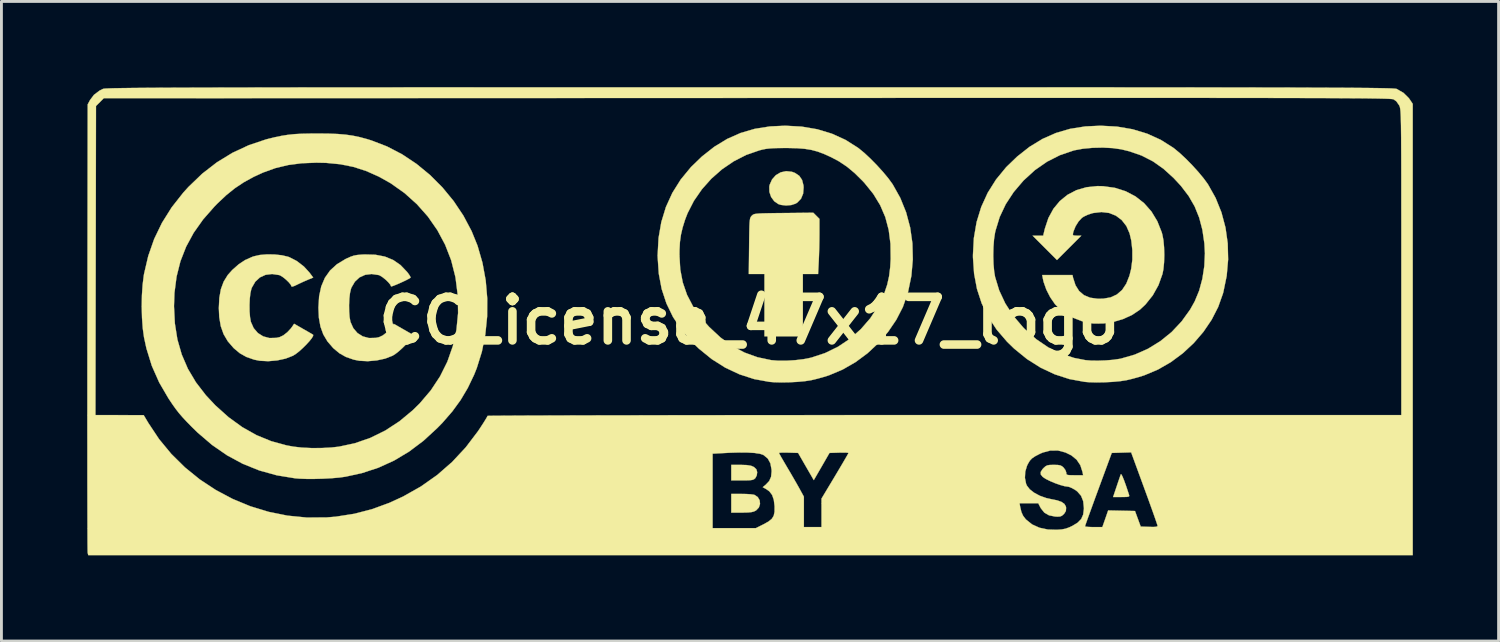
<source format=kicad_pcb>
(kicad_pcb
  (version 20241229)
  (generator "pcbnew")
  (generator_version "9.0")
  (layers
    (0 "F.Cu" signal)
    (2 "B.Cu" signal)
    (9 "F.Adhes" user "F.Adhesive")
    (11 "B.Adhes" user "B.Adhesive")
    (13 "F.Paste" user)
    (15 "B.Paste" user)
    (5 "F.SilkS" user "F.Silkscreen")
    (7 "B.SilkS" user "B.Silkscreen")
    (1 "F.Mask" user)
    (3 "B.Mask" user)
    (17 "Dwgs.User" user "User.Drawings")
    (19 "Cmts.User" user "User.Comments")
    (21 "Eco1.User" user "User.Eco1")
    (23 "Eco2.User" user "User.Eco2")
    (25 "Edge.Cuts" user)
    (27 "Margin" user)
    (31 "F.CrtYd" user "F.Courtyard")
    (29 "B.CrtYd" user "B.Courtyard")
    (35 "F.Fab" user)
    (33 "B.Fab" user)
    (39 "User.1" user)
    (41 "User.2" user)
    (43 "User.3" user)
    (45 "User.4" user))
  (footprint "CCLicense_47x17_logo"
    (layer "F.Cu")
    (at 23.15 8.169)
    (property "Reference" "CCLicense_47x17_logo" (at 0 0 0) (layer "F.SilkS") (effects (font (size 1.524 1.524) (thickness 0.3))))
    (attr through_hole)
    (fp_poly (pts (xy -0.075 5.051) (xy 0.074 5.075) (xy 0.178 5.121) (xy 0.253 5.191) (xy 0.263 5.205) (xy 0.289 5.298) (xy 0.276 5.41) (xy 0.226 5.506) (xy 0.218 5.515) (xy 0.176 5.549) (xy 0.12 5.57) (xy 0.035 5.582) (xy -0.095 5.587) (xy -0.236 5.588) (xy -0.617 5.588) (xy -0.617 5.044) (xy -0.28 5.044) (xy -0.075 5.051)) (stroke (width 0.01) (type solid)) (fill yes) (layer "F.SilkS"))
    (fp_poly (pts (xy 13.032 5.38) (xy 13.07 5.452) (xy 13.122 5.58) (xy 13.187 5.758) (xy 13.261 5.979) (xy 13.301 6.103) (xy 13.305 6.136) (xy 13.282 6.155) (xy 13.219 6.165) (xy 13.102 6.168) (xy 13.031 6.169) (xy 12.741 6.169) (xy 12.866 5.797) (xy 12.919 5.639) (xy 12.965 5.503) (xy 12.999 5.407) (xy 13.013 5.37) (xy 13.032 5.38)) (stroke (width 0.01) (type solid)) (fill yes) (layer "F.SilkS"))
    (fp_poly (pts (xy -0.092 6.063) (xy 0.055 6.072) (xy 0.161 6.086) (xy 0.195 6.094) (xy 0.31 6.171) (xy 0.375 6.283) (xy 0.389 6.41) (xy 0.349 6.534) (xy 0.255 6.634) (xy 0.243 6.642) (xy 0.174 6.676) (xy 0.089 6.697) (xy -0.028 6.709) (xy -0.197 6.713) (xy -0.245 6.713) (xy -0.617 6.713) (xy -0.617 6.06) (xy -0.256 6.06) (xy -0.092 6.063)) (stroke (width 0.01) (type solid)) (fill yes) (layer "F.SilkS"))
    (fp_poly (pts (xy 1.502 -5.21) (xy 1.613 -5.169) (xy 1.763 -5.067) (xy 1.86 -4.923) (xy 1.909 -4.731) (xy 1.914 -4.664) (xy 1.897 -4.446) (xy 1.823 -4.267) (xy 1.693 -4.132) (xy 1.633 -4.095) (xy 1.483 -4.046) (xy 1.302 -4.03) (xy 1.124 -4.05) (xy 1.031 -4.079) (xy 0.885 -4.18) (xy 0.777 -4.328) (xy 0.717 -4.504) (xy 0.713 -4.69) (xy 0.725 -4.752) (xy 0.811 -4.944) (xy 0.944 -5.092) (xy 1.112 -5.19) (xy 1.303 -5.231) (xy 1.502 -5.21)) (stroke (width 0.01) (type solid)) (fill yes) (layer "F.SilkS"))
    (fp_poly (pts (xy 2.36 -3.669) (xy 2.467 -3.562) (xy 2.467 -3.06) (xy 2.465 -2.819) (xy 2.46 -2.55) (xy 2.452 -2.287) (xy 2.444 -2.095) (xy 2.42 -1.633) (xy 1.887 -1.633) (xy 1.887 0.544) (xy 0.544 0.544) (xy 0.544 -1.633) (xy -0.004 -1.633) (xy 0.007 -2.612) (xy 0.01 -2.903) (xy 0.014 -3.132) (xy 0.018 -3.305) (xy 0.024 -3.431) (xy 0.033 -3.52) (xy 0.044 -3.581) (xy 0.06 -3.621) (xy 0.08 -3.651) (xy 0.101 -3.673) (xy 0.127 -3.697) (xy 0.156 -3.716) (xy 0.198 -3.731) (xy 0.26 -3.741) (xy 0.351 -3.749) (xy 0.48 -3.755) (xy 0.655 -3.759) (xy 0.885 -3.763) (xy 1.177 -3.766) (xy 1.218 -3.766) (xy 2.252 -3.777) (xy 2.36 -3.669)) (stroke (width 0.01) (type solid)) (fill yes) (layer "F.SilkS"))
    (fp_poly (pts (xy 12.392 -4.705) (xy 12.803 -4.648) (xy 13.183 -4.527) (xy 13.525 -4.347) (xy 13.826 -4.11) (xy 14.082 -3.82) (xy 14.288 -3.48) (xy 14.441 -3.095) (xy 14.464 -3.012) (xy 14.502 -2.814) (xy 14.524 -2.57) (xy 14.532 -2.304) (xy 14.524 -2.039) (xy 14.501 -1.801) (xy 14.468 -1.633) (xy 14.328 -1.243) (xy 14.128 -0.885) (xy 13.874 -0.568) (xy 13.68 -0.386) (xy 13.412 -0.205) (xy 13.097 -0.06) (xy 12.755 0.042) (xy 12.405 0.097) (xy 12.066 0.1) (xy 11.938 0.085) (xy 11.638 0.013) (xy 11.338 -0.104) (xy 11.064 -0.255) (xy 10.889 -0.386) (xy 10.708 -0.578) (xy 10.542 -0.819) (xy 10.405 -1.087) (xy 10.309 -1.359) (xy 10.286 -1.463) (xy 10.261 -1.597) (xy 11.32 -1.597) (xy 11.342 -1.497) (xy 11.426 -1.239) (xy 11.551 -1.039) (xy 11.721 -0.894) (xy 11.937 -0.804) (xy 12.202 -0.767) (xy 12.394 -0.77) (xy 12.654 -0.815) (xy 12.874 -0.917) (xy 13.057 -1.077) (xy 13.203 -1.296) (xy 13.314 -1.578) (xy 13.374 -1.817) (xy 13.414 -2.132) (xy 13.414 -2.47) (xy 13.378 -2.801) (xy 13.318 -3.054) (xy 13.204 -3.313) (xy 13.042 -3.521) (xy 12.839 -3.674) (xy 12.601 -3.769) (xy 12.334 -3.801) (xy 12.047 -3.767) (xy 12.009 -3.758) (xy 11.858 -3.708) (xy 11.719 -3.643) (xy 11.648 -3.596) (xy 11.532 -3.471) (xy 11.428 -3.304) (xy 11.355 -3.125) (xy 11.342 -3.075) (xy 11.333 -3.013) (xy 11.353 -2.984) (xy 11.421 -2.976) (xy 11.474 -2.975) (xy 11.629 -2.975) (xy 10.777 -2.123) (xy 9.925 -2.975) (xy 10.295 -2.975) (xy 10.354 -3.22) (xy 10.478 -3.593) (xy 10.654 -3.916) (xy 10.879 -4.188) (xy 11.149 -4.406) (xy 11.46 -4.568) (xy 11.81 -4.669) (xy 12.193 -4.709) (xy 12.392 -4.705)) (stroke (width 0.01) (type solid)) (fill yes) (layer "F.SilkS"))
    (fp_poly (pts (xy -16.597 -2.316) (xy -16.343 -2.289) (xy -16.124 -2.238) (xy -16.075 -2.22) (xy -15.812 -2.084) (xy -15.568 -1.895) (xy -15.378 -1.688) (xy -15.243 -1.509) (xy -15.432 -1.431) (xy -15.58 -1.367) (xy -15.741 -1.292) (xy -15.812 -1.257) (xy -15.912 -1.211) (xy -15.981 -1.191) (xy -16.002 -1.198) (xy -16.029 -1.26) (xy -16.1 -1.346) (xy -16.197 -1.439) (xy -16.301 -1.523) (xy -16.396 -1.582) (xy -16.432 -1.596) (xy -16.681 -1.633) (xy -16.908 -1.605) (xy -17.106 -1.515) (xy -17.268 -1.366) (xy -17.386 -1.163) (xy -17.406 -1.112) (xy -17.44 -0.965) (xy -17.462 -0.77) (xy -17.471 -0.549) (xy -17.469 -0.326) (xy -17.453 -0.124) (xy -17.425 0.034) (xy -17.423 0.042) (xy -17.325 0.261) (xy -17.178 0.432) (xy -16.992 0.549) (xy -16.775 0.607) (xy -16.536 0.601) (xy -16.42 0.576) (xy -16.289 0.514) (xy -16.148 0.404) (xy -16.018 0.264) (xy -15.965 0.19) (xy -15.911 0.108) (xy -15.585 0.295) (xy -15.448 0.373) (xy -15.337 0.437) (xy -15.265 0.48) (xy -15.245 0.493) (xy -15.247 0.536) (xy -15.294 0.614) (xy -15.376 0.717) (xy -15.483 0.834) (xy -15.604 0.954) (xy -15.728 1.067) (xy -15.847 1.16) (xy -15.948 1.224) (xy -15.949 1.225) (xy -16.208 1.326) (xy -16.505 1.39) (xy -16.815 1.417) (xy -17.113 1.402) (xy -17.308 1.363) (xy -17.581 1.268) (xy -17.809 1.14) (xy -18.016 0.967) (xy -18.031 0.952) (xy -18.231 0.72) (xy -18.378 0.47) (xy -18.476 0.193) (xy -18.53 -0.126) (xy -18.544 -0.44) (xy -18.527 -0.798) (xy -18.472 -1.104) (xy -18.375 -1.366) (xy -18.232 -1.598) (xy -18.075 -1.774) (xy -17.848 -1.974) (xy -17.624 -2.122) (xy -17.379 -2.231) (xy -17.319 -2.252) (xy -17.111 -2.299) (xy -16.862 -2.32) (xy -16.597 -2.316)) (stroke (width 0.01) (type solid)) (fill yes) (layer "F.SilkS"))
    (fp_poly (pts (xy -13.069 -2.307) (xy -12.737 -2.243) (xy -12.444 -2.123) (xy -12.187 -1.945) (xy -11.959 -1.706) (xy -11.922 -1.659) (xy -11.865 -1.576) (xy -11.836 -1.518) (xy -11.837 -1.504) (xy -11.885 -1.473) (xy -11.976 -1.425) (xy -12.094 -1.368) (xy -12.223 -1.309) (xy -12.345 -1.257) (xy -12.446 -1.217) (xy -12.507 -1.198) (xy -12.519 -1.199) (xy -12.546 -1.261) (xy -12.617 -1.346) (xy -12.713 -1.439) (xy -12.817 -1.522) (xy -12.912 -1.581) (xy -12.949 -1.596) (xy -13.198 -1.633) (xy -13.424 -1.605) (xy -13.623 -1.515) (xy -13.784 -1.366) (xy -13.903 -1.163) (xy -13.922 -1.112) (xy -13.956 -0.965) (xy -13.978 -0.77) (xy -13.988 -0.549) (xy -13.985 -0.326) (xy -13.97 -0.124) (xy -13.941 0.034) (xy -13.939 0.042) (xy -13.841 0.261) (xy -13.695 0.432) (xy -13.509 0.549) (xy -13.292 0.607) (xy -13.052 0.601) (xy -12.937 0.576) (xy -12.806 0.514) (xy -12.665 0.404) (xy -12.535 0.264) (xy -12.481 0.19) (xy -12.428 0.108) (xy -12.101 0.295) (xy -11.965 0.373) (xy -11.853 0.437) (xy -11.781 0.48) (xy -11.762 0.493) (xy -11.763 0.536) (xy -11.81 0.614) (xy -11.892 0.717) (xy -11.999 0.834) (xy -12.12 0.954) (xy -12.245 1.067) (xy -12.363 1.16) (xy -12.464 1.224) (xy -12.466 1.225) (xy -12.725 1.326) (xy -13.022 1.39) (xy -13.332 1.417) (xy -13.63 1.402) (xy -13.825 1.363) (xy -14.098 1.268) (xy -14.326 1.14) (xy -14.533 0.967) (xy -14.548 0.952) (xy -14.745 0.724) (xy -14.89 0.48) (xy -14.988 0.21) (xy -15.044 -0.101) (xy -15.06 -0.454) (xy -15.036 -0.852) (xy -14.961 -1.2) (xy -14.834 -1.5) (xy -14.652 -1.757) (xy -14.414 -1.974) (xy -14.118 -2.154) (xy -14.079 -2.173) (xy -13.941 -2.235) (xy -13.826 -2.275) (xy -13.708 -2.298) (xy -13.56 -2.311) (xy -13.447 -2.317) (xy -13.069 -2.307)) (stroke (width 0.01) (type solid)) (fill yes) (layer "F.SilkS"))
    (fp_poly (pts (xy 12.877 -6.79) (xy 13.423 -6.697) (xy 13.934 -6.542) (xy 14.408 -6.327) (xy 14.842 -6.053) (xy 14.877 -6.027) (xy 15.069 -5.868) (xy 15.284 -5.668) (xy 15.506 -5.442) (xy 15.718 -5.209) (xy 15.905 -4.984) (xy 16.051 -4.784) (xy 16.062 -4.768) (xy 16.327 -4.295) (xy 16.531 -3.79) (xy 16.673 -3.257) (xy 16.751 -2.706) (xy 16.765 -2.141) (xy 16.715 -1.57) (xy 16.598 -1.001) (xy 16.582 -0.943) (xy 16.417 -0.48) (xy 16.188 -0.033) (xy 15.9 0.391) (xy 15.562 0.784) (xy 15.179 1.14) (xy 14.761 1.45) (xy 14.312 1.708) (xy 13.841 1.907) (xy 13.797 1.922) (xy 13.611 1.979) (xy 13.41 2.034) (xy 13.231 2.077) (xy 13.205 2.083) (xy 12.992 2.116) (xy 12.731 2.14) (xy 12.446 2.155) (xy 12.163 2.16) (xy 11.905 2.153) (xy 11.746 2.14) (xy 11.216 2.043) (xy 10.7 1.876) (xy 10.202 1.642) (xy 9.728 1.342) (xy 9.281 0.979) (xy 9.034 0.739) (xy 8.67 0.316) (xy 8.374 -0.131) (xy 8.144 -0.605) (xy 7.979 -1.109) (xy 7.878 -1.645) (xy 7.838 -2.218) (xy 7.838 -2.275) (xy 8.548 -2.275) (xy 8.557 -1.982) (xy 8.581 -1.716) (xy 8.612 -1.533) (xy 8.756 -1.059) (xy 8.969 -0.604) (xy 9.247 -0.174) (xy 9.587 0.227) (xy 9.651 0.292) (xy 10.051 0.647) (xy 10.47 0.932) (xy 10.911 1.15) (xy 11.377 1.303) (xy 11.766 1.379) (xy 11.967 1.396) (xy 12.213 1.399) (xy 12.478 1.39) (xy 12.735 1.369) (xy 12.959 1.337) (xy 13.009 1.328) (xy 13.498 1.187) (xy 13.962 0.982) (xy 14.394 0.716) (xy 14.789 0.396) (xy 15.138 0.025) (xy 15.436 -0.389) (xy 15.598 -0.679) (xy 15.752 -1.051) (xy 15.864 -1.467) (xy 15.932 -1.908) (xy 15.953 -2.357) (xy 15.935 -2.698) (xy 15.865 -3.177) (xy 15.753 -3.605) (xy 15.595 -3.996) (xy 15.384 -4.362) (xy 15.113 -4.717) (xy 14.859 -4.991) (xy 14.501 -5.316) (xy 14.133 -5.575) (xy 13.741 -5.776) (xy 13.313 -5.925) (xy 13.027 -5.995) (xy 12.725 -6.038) (xy 12.384 -6.056) (xy 12.028 -6.048) (xy 11.685 -6.016) (xy 11.382 -5.96) (xy 11.357 -5.953) (xy 10.881 -5.791) (xy 10.429 -5.562) (xy 10.006 -5.268) (xy 9.614 -4.91) (xy 9.608 -4.905) (xy 9.262 -4.499) (xy 8.984 -4.074) (xy 8.773 -3.627) (xy 8.628 -3.153) (xy 8.612 -3.084) (xy 8.576 -2.85) (xy 8.555 -2.572) (xy 8.548 -2.275) (xy 7.838 -2.275) (xy 7.838 -2.3) (xy 7.87 -2.893) (xy 7.966 -3.452) (xy 8.128 -3.979) (xy 8.354 -4.474) (xy 8.646 -4.939) (xy 9.003 -5.374) (xy 9.385 -5.742) (xy 9.821 -6.085) (xy 10.271 -6.359) (xy 10.741 -6.567) (xy 11.237 -6.712) (xy 11.767 -6.796) (xy 12.301 -6.821) (xy 12.877 -6.79)) (stroke (width 0.01) (type solid)) (fill yes) (layer "F.SilkS"))
    (fp_poly (pts (xy 1.846 -6.79) (xy 2.392 -6.697) (xy 2.903 -6.542) (xy 3.377 -6.327) (xy 3.811 -6.053) (xy 3.846 -6.027) (xy 4.039 -5.868) (xy 4.253 -5.668) (xy 4.475 -5.442) (xy 4.687 -5.209) (xy 4.874 -4.984) (xy 5.02 -4.784) (xy 5.031 -4.768) (xy 5.296 -4.295) (xy 5.5 -3.79) (xy 5.642 -3.257) (xy 5.72 -2.706) (xy 5.734 -2.141) (xy 5.684 -1.57) (xy 5.567 -1.001) (xy 5.551 -0.943) (xy 5.387 -0.48) (xy 5.157 -0.033) (xy 4.869 0.391) (xy 4.531 0.784) (xy 4.149 1.14) (xy 3.73 1.45) (xy 3.281 1.708) (xy 2.81 1.907) (xy 2.766 1.922) (xy 2.581 1.979) (xy 2.379 2.034) (xy 2.201 2.077) (xy 2.174 2.083) (xy 1.961 2.116) (xy 1.7 2.14) (xy 1.416 2.155) (xy 1.132 2.16) (xy 0.875 2.153) (xy 0.716 2.14) (xy 0.185 2.043) (xy -0.331 1.876) (xy -0.829 1.642) (xy -1.303 1.342) (xy -1.75 0.979) (xy -1.997 0.739) (xy -2.36 0.316) (xy -2.656 -0.131) (xy -2.886 -0.605) (xy -3.052 -1.109) (xy -3.153 -1.645) (xy -3.192 -2.218) (xy -3.193 -2.286) (xy -2.43 -2.286) (xy -2.402 -1.794) (xy -2.314 -1.336) (xy -2.165 -0.905) (xy -1.951 -0.494) (xy -1.67 -0.098) (xy -1.391 0.218) (xy -0.998 0.585) (xy -0.588 0.883) (xy -0.158 1.113) (xy 0.296 1.278) (xy 0.779 1.38) (xy 0.779 1.38) (xy 1.026 1.4) (xy 1.316 1.4) (xy 1.623 1.381) (xy 1.92 1.345) (xy 2.18 1.293) (xy 2.183 1.292) (xy 2.664 1.133) (xy 3.118 0.911) (xy 3.537 0.631) (xy 3.915 0.297) (xy 4.245 -0.083) (xy 4.52 -0.506) (xy 4.607 -0.671) (xy 4.741 -0.972) (xy 4.838 -1.258) (xy 4.904 -1.554) (xy 4.944 -1.881) (xy 4.96 -2.159) (xy 4.953 -2.688) (xy 4.891 -3.173) (xy 4.772 -3.623) (xy 4.592 -4.042) (xy 4.35 -4.438) (xy 4.043 -4.818) (xy 3.981 -4.885) (xy 3.701 -5.162) (xy 3.431 -5.387) (xy 3.153 -5.573) (xy 2.885 -5.716) (xy 2.635 -5.83) (xy 2.409 -5.915) (xy 2.186 -5.975) (xy 1.95 -6.013) (xy 1.681 -6.034) (xy 1.362 -6.041) (xy 1.306 -6.041) (xy 1.06 -6.04) (xy 0.87 -6.035) (xy 0.719 -6.025) (xy 0.592 -6.01) (xy 0.472 -5.986) (xy 0.363 -5.958) (xy -0.093 -5.8) (xy -0.529 -5.577) (xy -0.939 -5.298) (xy -1.313 -4.969) (xy -1.644 -4.598) (xy -1.925 -4.192) (xy -2.146 -3.76) (xy -2.235 -3.529) (xy -2.32 -3.255) (xy -2.378 -3.005) (xy -2.413 -2.753) (xy -2.428 -2.471) (xy -2.43 -2.286) (xy -3.193 -2.286) (xy -3.193 -2.3) (xy -3.161 -2.893) (xy -3.064 -3.452) (xy -2.903 -3.979) (xy -2.677 -4.474) (xy -2.385 -4.939) (xy -2.027 -5.374) (xy -1.646 -5.742) (xy -1.21 -6.085) (xy -0.76 -6.359) (xy -0.29 -6.567) (xy 0.206 -6.712) (xy 0.736 -6.796) (xy 1.27 -6.821) (xy 1.846 -6.79)) (stroke (width 0.01) (type solid)) (fill yes) (layer "F.SilkS"))
    (fp_poly (pts (xy -14.705 -6.544) (xy -14.389 -6.532) (xy -14.113 -6.509) (xy -13.861 -6.473) (xy -13.616 -6.422) (xy -13.363 -6.354) (xy -13.208 -6.306) (xy -12.661 -6.096) (xy -12.133 -5.821) (xy -11.629 -5.486) (xy -11.157 -5.098) (xy -10.722 -4.662) (xy -10.33 -4.186) (xy -9.988 -3.674) (xy -9.701 -3.133) (xy -9.494 -2.624) (xy -9.322 -2.028) (xy -9.208 -1.409) (xy -9.154 -0.779) (xy -9.158 -0.146) (xy -9.221 0.478) (xy -9.341 1.082) (xy -9.52 1.657) (xy -9.615 1.894) (xy -9.835 2.353) (xy -10.085 2.774) (xy -10.377 3.175) (xy -10.722 3.572) (xy -10.903 3.757) (xy -11.389 4.204) (xy -11.891 4.581) (xy -12.413 4.893) (xy -12.962 5.143) (xy -13.543 5.333) (xy -14.115 5.458) (xy -14.331 5.488) (xy -14.597 5.511) (xy -14.891 5.527) (xy -15.192 5.535) (xy -15.479 5.535) (xy -15.73 5.526) (xy -15.875 5.514) (xy -16.516 5.409) (xy -17.124 5.241) (xy -17.702 5.009) (xy -18.253 4.712) (xy -18.781 4.347) (xy -19.287 3.914) (xy -19.493 3.713) (xy -19.675 3.527) (xy -19.818 3.373) (xy -19.937 3.235) (xy -20.046 3.095) (xy -20.16 2.936) (xy -20.291 2.741) (xy -20.308 2.715) (xy -20.631 2.161) (xy -20.888 1.581) (xy -21.077 0.972) (xy -21.162 0.581) (xy -21.206 0.263) (xy -21.232 -0.103) (xy -21.242 -0.493) (xy -21.242 -0.508) (xy -20.113 -0.508) (xy -20.083 0.094) (xy -19.994 0.656) (xy -19.842 1.184) (xy -19.627 1.683) (xy -19.345 2.157) (xy -18.996 2.61) (xy -18.666 2.962) (xy -18.202 3.378) (xy -17.724 3.724) (xy -17.229 4.003) (xy -16.713 4.215) (xy -16.172 4.363) (xy -15.929 4.407) (xy -15.638 4.44) (xy -15.303 4.456) (xy -14.952 4.455) (xy -14.612 4.437) (xy -14.342 4.407) (xy -13.781 4.287) (xy -13.239 4.098) (xy -12.719 3.842) (xy -12.225 3.519) (xy -11.76 3.133) (xy -11.514 2.891) (xy -11.128 2.437) (xy -10.806 1.95) (xy -10.549 1.433) (xy -10.358 0.889) (xy -10.232 0.321) (xy -10.174 -0.268) (xy -10.184 -0.875) (xy -10.263 -1.498) (xy -10.274 -1.553) (xy -10.417 -2.117) (xy -10.627 -2.657) (xy -10.899 -3.166) (xy -11.229 -3.641) (xy -11.615 -4.076) (xy -12.051 -4.467) (xy -12.534 -4.809) (xy -12.947 -5.04) (xy -13.389 -5.237) (xy -13.833 -5.38) (xy -14.295 -5.473) (xy -14.791 -5.521) (xy -15.131 -5.528) (xy -15.646 -5.508) (xy -16.117 -5.446) (xy -16.56 -5.34) (xy -16.994 -5.184) (xy -17.334 -5.028) (xy -17.671 -4.842) (xy -17.982 -4.635) (xy -18.283 -4.393) (xy -18.592 -4.102) (xy -18.691 -4.001) (xy -19.093 -3.544) (xy -19.425 -3.075) (xy -19.689 -2.588) (xy -19.888 -2.079) (xy -20.023 -1.542) (xy -20.097 -0.971) (xy -20.113 -0.508) (xy -21.242 -0.508) (xy -21.235 -0.886) (xy -21.21 -1.259) (xy -21.169 -1.588) (xy -21.161 -1.634) (xy -21.014 -2.263) (xy -20.806 -2.859) (xy -20.533 -3.424) (xy -20.195 -3.963) (xy -19.789 -4.479) (xy -19.604 -4.683) (xy -19.124 -5.144) (xy -18.611 -5.541) (xy -18.066 -5.874) (xy -17.493 -6.141) (xy -16.892 -6.342) (xy -16.818 -6.361) (xy -16.569 -6.422) (xy -16.345 -6.468) (xy -16.129 -6.502) (xy -15.905 -6.526) (xy -15.657 -6.54) (xy -15.367 -6.546) (xy -15.077 -6.548) (xy -14.705 -6.544)) (stroke (width 0.01) (type solid)) (fill yes) (layer "F.SilkS"))
    (fp_poly (pts (xy 1.568 -8.164) (xy 3.034 -8.164) (xy 4.43 -8.164) (xy 5.759 -8.164) (xy 7.023 -8.164) (xy 8.222 -8.164) (xy 9.358 -8.164) (xy 10.434 -8.163) (xy 11.45 -8.163) (xy 12.409 -8.163) (xy 13.312 -8.162) (xy 14.16 -8.162) (xy 14.956 -8.161) (xy 15.702 -8.16) (xy 16.397 -8.16) (xy 17.046 -8.159) (xy 17.648 -8.158) (xy 18.206 -8.157) (xy 18.722 -8.156) (xy 19.197 -8.155) (xy 19.632 -8.153) (xy 20.03 -8.152) (xy 20.392 -8.15) (xy 20.72 -8.149) (xy 21.015 -8.147) (xy 21.28 -8.145) (xy 21.515 -8.143) (xy 21.722 -8.141) (xy 21.904 -8.138) (xy 22.061 -8.136) (xy 22.196 -8.133) (xy 22.31 -8.131) (xy 22.405 -8.128) (xy 22.482 -8.125) (xy 22.543 -8.121) (xy 22.59 -8.118) (xy 22.624 -8.115) (xy 22.648 -8.111) (xy 22.662 -8.107) (xy 22.663 -8.107) (xy 22.9 -7.971) (xy 23.088 -7.785) (xy 23.128 -7.728) (xy 23.223 -7.585) (xy 23.223 8.201) (xy -23.113 8.201) (xy -23.132 8.119) (xy -23.134 8.075) (xy -23.136 7.962) (xy -23.138 7.784) (xy -23.139 7.543) (xy -23.14 7.242) (xy -23.141 6.886) (xy -23.142 6.478) (xy -23.143 6.02) (xy -23.144 5.517) (xy -23.144 4.971) (xy -23.144 4.387) (xy -23.145 3.766) (xy -23.145 3.302) (xy -22.861 3.302) (xy -22.017 3.303) (xy -21.173 3.304) (xy -21.009 3.58) (xy -20.635 4.143) (xy -20.207 4.661) (xy -19.73 5.132) (xy -19.21 5.554) (xy -18.652 5.922) (xy -18.061 6.236) (xy -17.443 6.492) (xy -16.803 6.687) (xy -16.145 6.82) (xy -15.477 6.886) (xy -14.802 6.885) (xy -14.449 6.856) (xy -13.804 6.755) (xy -13.183 6.594) (xy -12.572 6.37) (xy -12.095 6.15) (xy -11.473 5.799) (xy -10.903 5.397) (xy -10.381 4.941) (xy -10.112 4.652) (xy -1.27 4.652) (xy -1.27 7.257) (xy 0.244 7.257) (xy 0.506 7.126) (xy 0.683 7.028) (xy 0.8 6.933) (xy 0.868 6.824) (xy 0.897 6.685) (xy 0.898 6.499) (xy 0.898 6.491) (xy 0.871 6.266) (xy 0.812 6.097) (xy 0.717 5.972) (xy 0.612 5.896) (xy 0.484 5.824) (xy 0.588 5.739) (xy 0.709 5.611) (xy 0.775 5.463) (xy 0.794 5.277) (xy 0.792 5.209) (xy 0.752 4.992) (xy 0.662 4.825) (xy 0.519 4.705) (xy 0.496 4.692) (xy 0.378 4.653) (xy 0.196 4.627) (xy 1.052 4.627) (xy 1.07 4.664) (xy 1.118 4.753) (xy 1.192 4.88) (xy 1.283 5.036) (xy 1.337 5.128) (xy 1.452 5.322) (xy 1.568 5.522) (xy 1.673 5.705) (xy 1.756 5.852) (xy 1.772 5.881) (xy 1.923 6.157) (xy 1.923 7.221) (xy 2.54 7.221) (xy 2.54 6.386) (xy 9.467 6.386) (xy 9.492 6.522) (xy 9.533 6.694) (xy 9.591 6.823) (xy 9.679 6.939) (xy 9.7 6.961) (xy 9.907 7.127) (xy 10.163 7.243) (xy 10.46 7.306) (xy 10.77 7.315) (xy 10.945 7.302) (xy 11.08 7.276) (xy 11.209 7.229) (xy 11.284 7.194) (xy 11.758 7.194) (xy 11.791 7.206) (xy 11.879 7.215) (xy 12.007 7.22) (xy 12.061 7.221) (xy 12.365 7.221) (xy 12.467 6.93) (xy 12.568 6.638) (xy 13.038 6.648) (xy 13.507 6.658) (xy 13.607 6.931) (xy 13.707 7.203) (xy 14.002 7.213) (xy 14.156 7.216) (xy 14.25 7.209) (xy 14.292 7.191) (xy 14.297 7.177) (xy 14.285 7.133) (xy 14.25 7.029) (xy 14.196 6.873) (xy 14.125 6.672) (xy 14.04 6.435) (xy 13.944 6.169) (xy 13.839 5.882) (xy 13.834 5.868) (xy 13.372 4.606) (xy 13.033 4.616) (xy 12.694 4.626) (xy 12.226 5.896) (xy 12.12 6.184) (xy 12.023 6.451) (xy 11.937 6.688) (xy 11.864 6.888) (xy 11.808 7.045) (xy 11.772 7.149) (xy 11.758 7.193) (xy 11.758 7.194) (xy 11.284 7.194) (xy 11.315 7.179) (xy 11.501 7.066) (xy 11.625 6.939) (xy 11.694 6.783) (xy 11.719 6.585) (xy 11.719 6.55) (xy 11.695 6.314) (xy 11.62 6.125) (xy 11.49 5.976) (xy 11.407 5.915) (xy 11.297 5.854) (xy 11.201 5.814) (xy 11.158 5.806) (xy 11.041 5.789) (xy 10.883 5.745) (xy 10.705 5.682) (xy 10.531 5.608) (xy 10.381 5.533) (xy 10.278 5.464) (xy 10.211 5.381) (xy 10.208 5.294) (xy 10.271 5.195) (xy 10.308 5.155) (xy 10.375 5.095) (xy 10.439 5.062) (xy 10.525 5.047) (xy 10.658 5.044) (xy 10.666 5.044) (xy 10.804 5.047) (xy 10.893 5.062) (xy 10.956 5.094) (xy 11.008 5.139) (xy 11.072 5.226) (xy 11.103 5.311) (xy 11.103 5.321) (xy 11.107 5.363) (xy 11.128 5.389) (xy 11.18 5.401) (xy 11.279 5.406) (xy 11.398 5.407) (xy 11.693 5.407) (xy 11.67 5.29) (xy 11.594 5.054) (xy 11.466 4.864) (xy 11.283 4.713) (xy 11.075 4.611) (xy 10.81 4.541) (xy 10.546 4.542) (xy 10.277 4.614) (xy 10.177 4.658) (xy 10.016 4.741) (xy 9.905 4.816) (xy 9.825 4.901) (xy 9.759 5.013) (xy 9.727 5.081) (xy 9.667 5.284) (xy 9.656 5.499) (xy 9.695 5.699) (xy 9.724 5.769) (xy 9.825 5.899) (xy 9.982 6.021) (xy 10.18 6.126) (xy 10.403 6.205) (xy 10.559 6.24) (xy 10.781 6.285) (xy 10.937 6.34) (xy 11.037 6.41) (xy 11.088 6.498) (xy 11.097 6.547) (xy 11.089 6.658) (xy 11.033 6.749) (xy 11.012 6.771) (xy 10.949 6.825) (xy 10.884 6.851) (xy 10.791 6.856) (xy 10.708 6.851) (xy 10.499 6.809) (xy 10.336 6.715) (xy 10.214 6.563) (xy 10.195 6.528) (xy 10.122 6.386) (xy 9.467 6.386) (xy 2.54 6.386) (xy 2.54 6.224) (xy 3.012 5.437) (xy 3.14 5.222) (xy 3.255 5.028) (xy 3.352 4.862) (xy 3.426 4.735) (xy 3.471 4.654) (xy 3.483 4.628) (xy 3.45 4.619) (xy 3.36 4.614) (xy 3.229 4.614) (xy 3.151 4.616) (xy 2.819 4.626) (xy 2.545 5.102) (xy 2.27 5.577) (xy 1.995 5.102) (xy 1.721 4.626) (xy 1.387 4.616) (xy 1.241 4.614) (xy 1.127 4.616) (xy 1.062 4.622) (xy 1.052 4.627) (xy 0.196 4.627) (xy 0.194 4.627) (xy -0.049 4.613) (xy -0.346 4.611) (xy -0.691 4.621) (xy -0.781 4.626) (xy -1.27 4.652) (xy -10.112 4.652) (xy -9.907 4.432) (xy -9.477 3.865) (xy -9.393 3.739) (xy -9.298 3.593) (xy -9.22 3.468) (xy -9.166 3.377) (xy -9.144 3.332) (xy -9.144 3.331) (xy -9.108 3.329) (xy -9.002 3.327) (xy -8.828 3.325) (xy -8.588 3.324) (xy -8.285 3.322) (xy -7.921 3.32) (xy -7.498 3.318) (xy -7.019 3.317) (xy -6.486 3.315) (xy -5.901 3.314) (xy -5.267 3.312) (xy -4.585 3.311) (xy -3.859 3.31) (xy -3.091 3.308) (xy -2.282 3.307) (xy -1.435 3.306) (xy -0.553 3.305) (xy 0.363 3.305) (xy 1.309 3.304) (xy 2.284 3.303) (xy 3.285 3.303) (xy 4.311 3.302) (xy 5.357 3.302) (xy 6.424 3.302) (xy 6.84 3.302) (xy 22.824 3.302) (xy 22.824 -2.039) (xy 22.824 -2.766) (xy 22.824 -3.423) (xy 22.823 -4.016) (xy 22.823 -4.546) (xy 22.823 -5.018) (xy 22.822 -5.436) (xy 22.821 -5.802) (xy 22.819 -6.12) (xy 22.818 -6.394) (xy 22.815 -6.628) (xy 22.813 -6.825) (xy 22.809 -6.988) (xy 22.806 -7.121) (xy 22.801 -7.228) (xy 22.796 -7.312) (xy 22.79 -7.376) (xy 22.783 -7.426) (xy 22.776 -7.462) (xy 22.768 -7.491) (xy 22.758 -7.514) (xy 22.75 -7.533) (xy 22.65 -7.675) (xy 22.553 -7.744) (xy 22.541 -7.748) (xy 22.52 -7.751) (xy 22.487 -7.755) (xy 22.443 -7.758) (xy 22.385 -7.762) (xy 22.311 -7.765) (xy 22.22 -7.768) (xy 22.11 -7.77) (xy 21.979 -7.773) (xy 21.826 -7.775) (xy 21.649 -7.778) (xy 21.446 -7.78) (xy 21.216 -7.782) (xy 20.957 -7.783) (xy 20.668 -7.785) (xy 20.346 -7.787) (xy 19.99 -7.788) (xy 19.599 -7.789) (xy 19.17 -7.79) (xy 18.702 -7.791) (xy 18.194 -7.792) (xy 17.644 -7.793) (xy 17.049 -7.794) (xy 16.409 -7.794) (xy 15.722 -7.795) (xy 14.985 -7.795) (xy 14.198 -7.796) (xy 13.359 -7.796) (xy 12.466 -7.796) (xy 11.517 -7.796) (xy 10.511 -7.796) (xy 9.445 -7.796) (xy 8.32 -7.795) (xy 7.132 -7.795) (xy 5.88 -7.795) (xy 4.562 -7.794) (xy 3.177 -7.794) (xy 1.724 -7.793) (xy 0.199 -7.793) (xy -0.069 -7.792) (xy -22.569 -7.783) (xy -22.842 -7.51) (xy -22.861 3.302) (xy -23.145 3.302) (xy -23.144 3.114) (xy -23.144 2.433) (xy -23.144 1.726) (xy -23.143 0.997) (xy -23.142 0.249) (xy -23.142 0.236) (xy -23.132 -7.566) (xy -23.051 -7.718) (xy -22.913 -7.901) (xy -22.718 -8.049) (xy -22.596 -8.109) (xy -22.582 -8.113) (xy -22.557 -8.116) (xy -22.519 -8.12) (xy -22.467 -8.123) (xy -22.399 -8.126) (xy -22.313 -8.129) (xy -22.208 -8.132) (xy -22.083 -8.134) (xy -21.934 -8.137) (xy -21.762 -8.139) (xy -21.564 -8.142) (xy -21.338 -8.144) (xy -21.083 -8.146) (xy -20.797 -8.148) (xy -20.479 -8.149) (xy -20.127 -8.151) (xy -19.739 -8.152) (xy -19.313 -8.154) (xy -18.849 -8.155) (xy -18.343 -8.156) (xy -17.796 -8.157) (xy -17.204 -8.158) (xy -16.567 -8.159) (xy -15.882 -8.16) (xy -15.149 -8.161) (xy -14.364 -8.161) (xy -13.528 -8.162) (xy -12.638 -8.162) (xy -11.692 -8.163) (xy -10.688 -8.163) (xy -9.626 -8.163) (xy -8.503 -8.164) (xy -7.319 -8.164) (xy -6.07 -8.164) (xy -4.756 -8.164) (xy -3.374 -8.164) (xy -1.924 -8.164) (xy -0.403 -8.164) (xy 0.031 -8.164) (xy 1.568 -8.164)) (stroke (width 0.01) (type solid)) (fill yes) (layer "F.SilkS")))
  (gr_rect
    (start -3 -3)
    (end 49.377 19.375)
    (stroke (width 0.1) (type default))
    (fill no)
    (layer "Edge.Cuts")))
</source>
